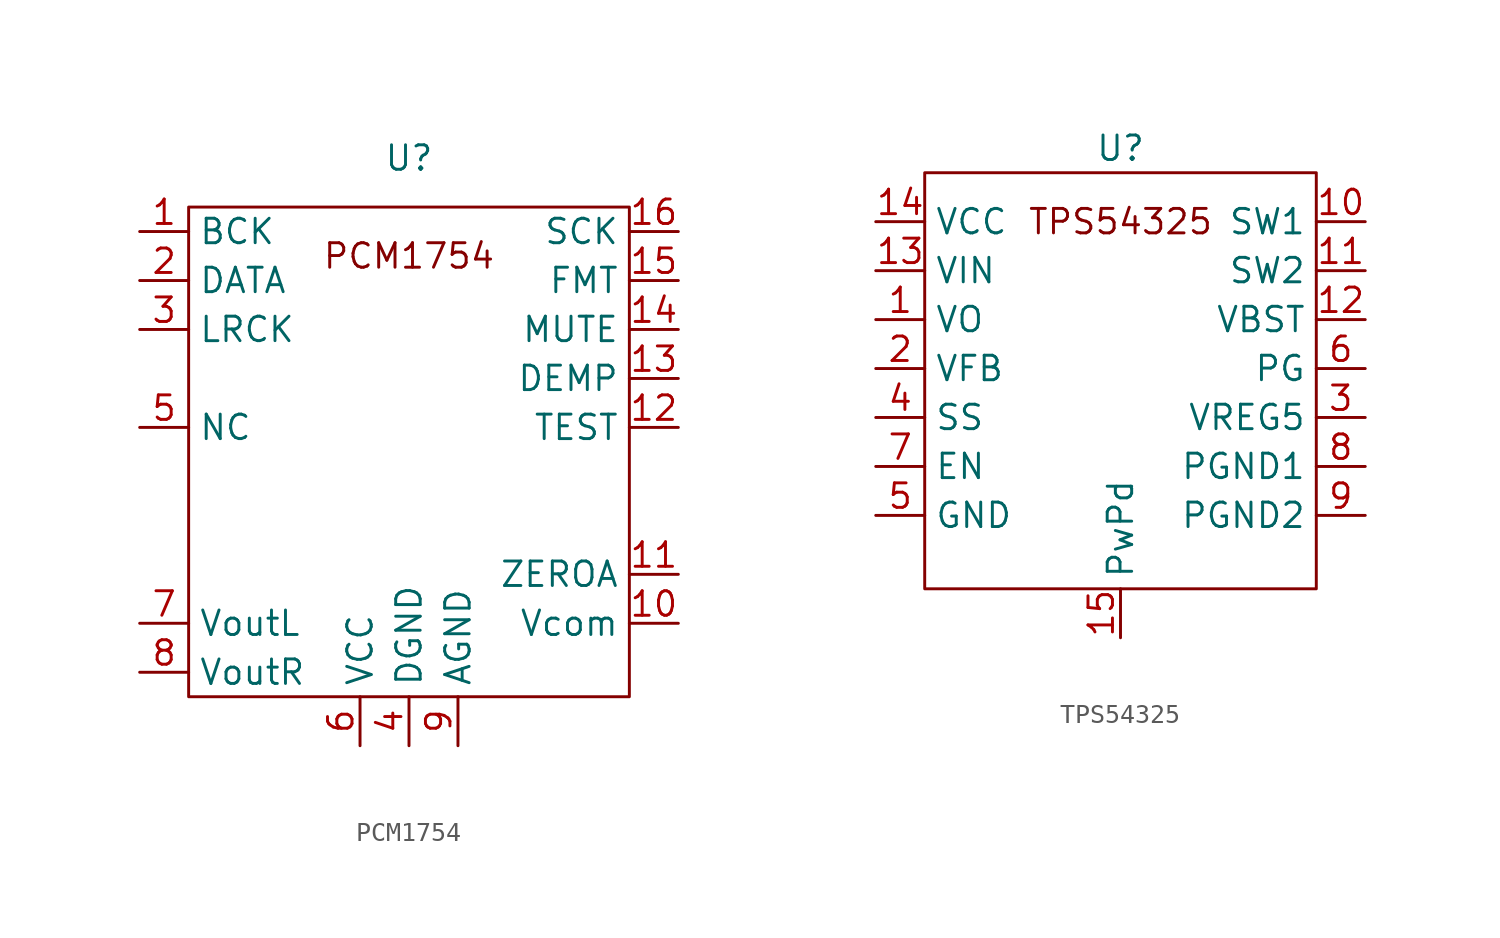
<source format=kicad_sym>
(kicad_symbol_lib
  (version 20220914)
  (generator kicad_symbol_editor)
  (symbol "PCM1754"
    (property "Reference" "U"
      (at 0 13.97 0)
      (effects (font (size 1.27 1.27))))
    (property "Value" ""
      (at -7.62 7.62 0)
      (effects (font (size 1.27 1.27))))
    (symbol "PCM1754_0_1"
      (rectangle (start -11.43 11.43) (end 11.43 -13.97) (stroke (width 0) (type default)) (fill (type none))))
    (symbol "PCM1754_1_1"
      (text "PCM1754" (at 0 8.89 0) (effects (font (size 1.27 1.27))))
      (pin input line (at -13.97 10.16 0) (length 2.54) (name "BCK" (effects (font (size 1.27 1.27)))) (number "1" (effects (font (size 1.27 1.27)))))
      (pin bidirectional line (at 13.97 -10.16 180) (length 2.54) (name "Vcom" (effects (font (size 1.27 1.27)))) (number "10" (effects (font (size 1.27 1.27)))))
      (pin output line (at 13.97 -7.62 180) (length 2.54) (name "ZEROA" (effects (font (size 1.27 1.27)))) (number "11" (effects (font (size 1.27 1.27)))))
      (pin input line (at 13.97 0 180) (length 2.54) (name "TEST" (effects (font (size 1.27 1.27)))) (number "12" (effects (font (size 1.27 1.27)))))
      (pin input line (at 13.97 2.54 180) (length 2.54) (name "DEMP" (effects (font (size 1.27 1.27)))) (number "13" (effects (font (size 1.27 1.27)))))
      (pin input line (at 13.97 5.08 180) (length 2.54) (name "MUTE" (effects (font (size 1.27 1.27)))) (number "14" (effects (font (size 1.27 1.27)))))
      (pin input line (at 13.97 7.62 180) (length 2.54) (name "FMT" (effects (font (size 1.27 1.27)))) (number "15" (effects (font (size 1.27 1.27)))))
      (pin input line (at 13.97 10.16 180) (length 2.54) (name "SCK" (effects (font (size 1.27 1.27)))) (number "16" (effects (font (size 1.27 1.27)))))
      (pin input line (at -13.97 7.62 0) (length 2.54) (name "DATA" (effects (font (size 1.27 1.27)))) (number "2" (effects (font (size 1.27 1.27)))))
      (pin input line (at -13.97 5.08 0) (length 2.54) (name "LRCK" (effects (font (size 1.27 1.27)))) (number "3" (effects (font (size 1.27 1.27)))))
      (pin power_in line (at 0 -16.51 90) (length 2.54) (name "DGND" (effects (font (size 1.27 1.27)))) (number "4" (effects (font (size 1.27 1.27)))))
      (pin passive line (at -13.97 0 0) (length 2.54) (name "NC" (effects (font (size 1.27 1.27)))) (number "5" (effects (font (size 1.27 1.27)))))
      (pin power_in line (at -2.54 -16.51 90) (length 2.54) (name "VCC" (effects (font (size 1.27 1.27)))) (number "6" (effects (font (size 1.27 1.27)))))
      (pin output line (at -13.97 -10.16 0) (length 2.54) (name "VoutL" (effects (font (size 1.27 1.27)))) (number "7" (effects (font (size 1.27 1.27)))))
      (pin output line (at -13.97 -12.7 0) (length 2.54) (name "VoutR" (effects (font (size 1.27 1.27)))) (number "8" (effects (font (size 1.27 1.27)))))
      (pin power_in line (at 2.54 -16.51 90) (length 2.54) (name "AGND" (effects (font (size 1.27 1.27)))) (number "9" (effects (font (size 1.27 1.27)))))))
  (symbol "TPS54325"
    (property "Reference" "U"
      (at 0 11.43 0)
      (effects (font (size 1.27 1.27))))
    (property "Value" ""
      (at 0 0 0)
      (effects (font (size 1.27 1.27))))
    (symbol "TPS54325_0_1"
      (rectangle (start -10.16 10.16) (end 10.16 -11.43) (stroke (width 0) (type default)) (fill (type none))))
    (symbol "TPS54325_1_1"
      (text "TPS54325" (at 0 7.62 0) (effects (font (size 1.27 1.27))))
      (pin input line (at -12.7 2.54 0) (length 2.54) (name "VO" (effects (font (size 1.27 1.27)))) (number "1" (effects (font (size 1.27 1.27)))))
      (pin power_out line (at 12.7 7.62 180) (length 2.54) (name "SW1" (effects (font (size 1.27 1.27)))) (number "10" (effects (font (size 1.27 1.27)))))
      (pin passive line (at 12.7 5.08 180) (length 2.54) (name "SW2" (effects (font (size 1.27 1.27)))) (number "11" (effects (font (size 1.27 1.27)))))
      (pin output line (at 12.7 2.54 180) (length 2.54) (name "VBST" (effects (font (size 1.27 1.27)))) (number "12" (effects (font (size 1.27 1.27)))))
      (pin power_in line (at -12.7 5.08 0) (length 2.54) (name "VIN" (effects (font (size 1.27 1.27)))) (number "13" (effects (font (size 1.27 1.27)))))
      (pin power_in line (at -12.7 7.62 0) (length 2.54) (name "VCC" (effects (font (size 1.27 1.27)))) (number "14" (effects (font (size 1.27 1.27)))))
      (pin passive line (at 0 -13.97 90) (length 2.54) (name "PwPd" (effects (font (size 1.27 1.27)))) (number "15" (effects (font (size 1.27 1.27)))))
      (pin input line (at -12.7 0 0) (length 2.54) (name "VFB" (effects (font (size 1.27 1.27)))) (number "2" (effects (font (size 1.27 1.27)))))
      (pin output line (at 12.7 -2.54 180) (length 2.54) (name "VREG5" (effects (font (size 1.27 1.27)))) (number "3" (effects (font (size 1.27 1.27)))))
      (pin input line (at -12.7 -2.54 0) (length 2.54) (name "SS" (effects (font (size 1.27 1.27)))) (number "4" (effects (font (size 1.27 1.27)))))
      (pin power_in line (at -12.7 -7.62 0) (length 2.54) (name "GND" (effects (font (size 1.27 1.27)))) (number "5" (effects (font (size 1.27 1.27)))))
      (pin output line (at 12.7 0 180) (length 2.54) (name "PG" (effects (font (size 1.27 1.27)))) (number "6" (effects (font (size 1.27 1.27)))))
      (pin power_in line (at -12.7 -5.08 0) (length 2.54) (name "EN" (effects (font (size 1.27 1.27)))) (number "7" (effects (font (size 1.27 1.27)))))
      (pin passive line (at 12.7 -5.08 180) (length 2.54) (name "PGND1" (effects (font (size 1.27 1.27)))) (number "8" (effects (font (size 1.27 1.27)))))
      (pin passive line (at 12.7 -7.62 180) (length 2.54) (name "PGND2" (effects (font (size 1.27 1.27)))) (number "9" (effects (font (size 1.27 1.27))))))))
</source>
